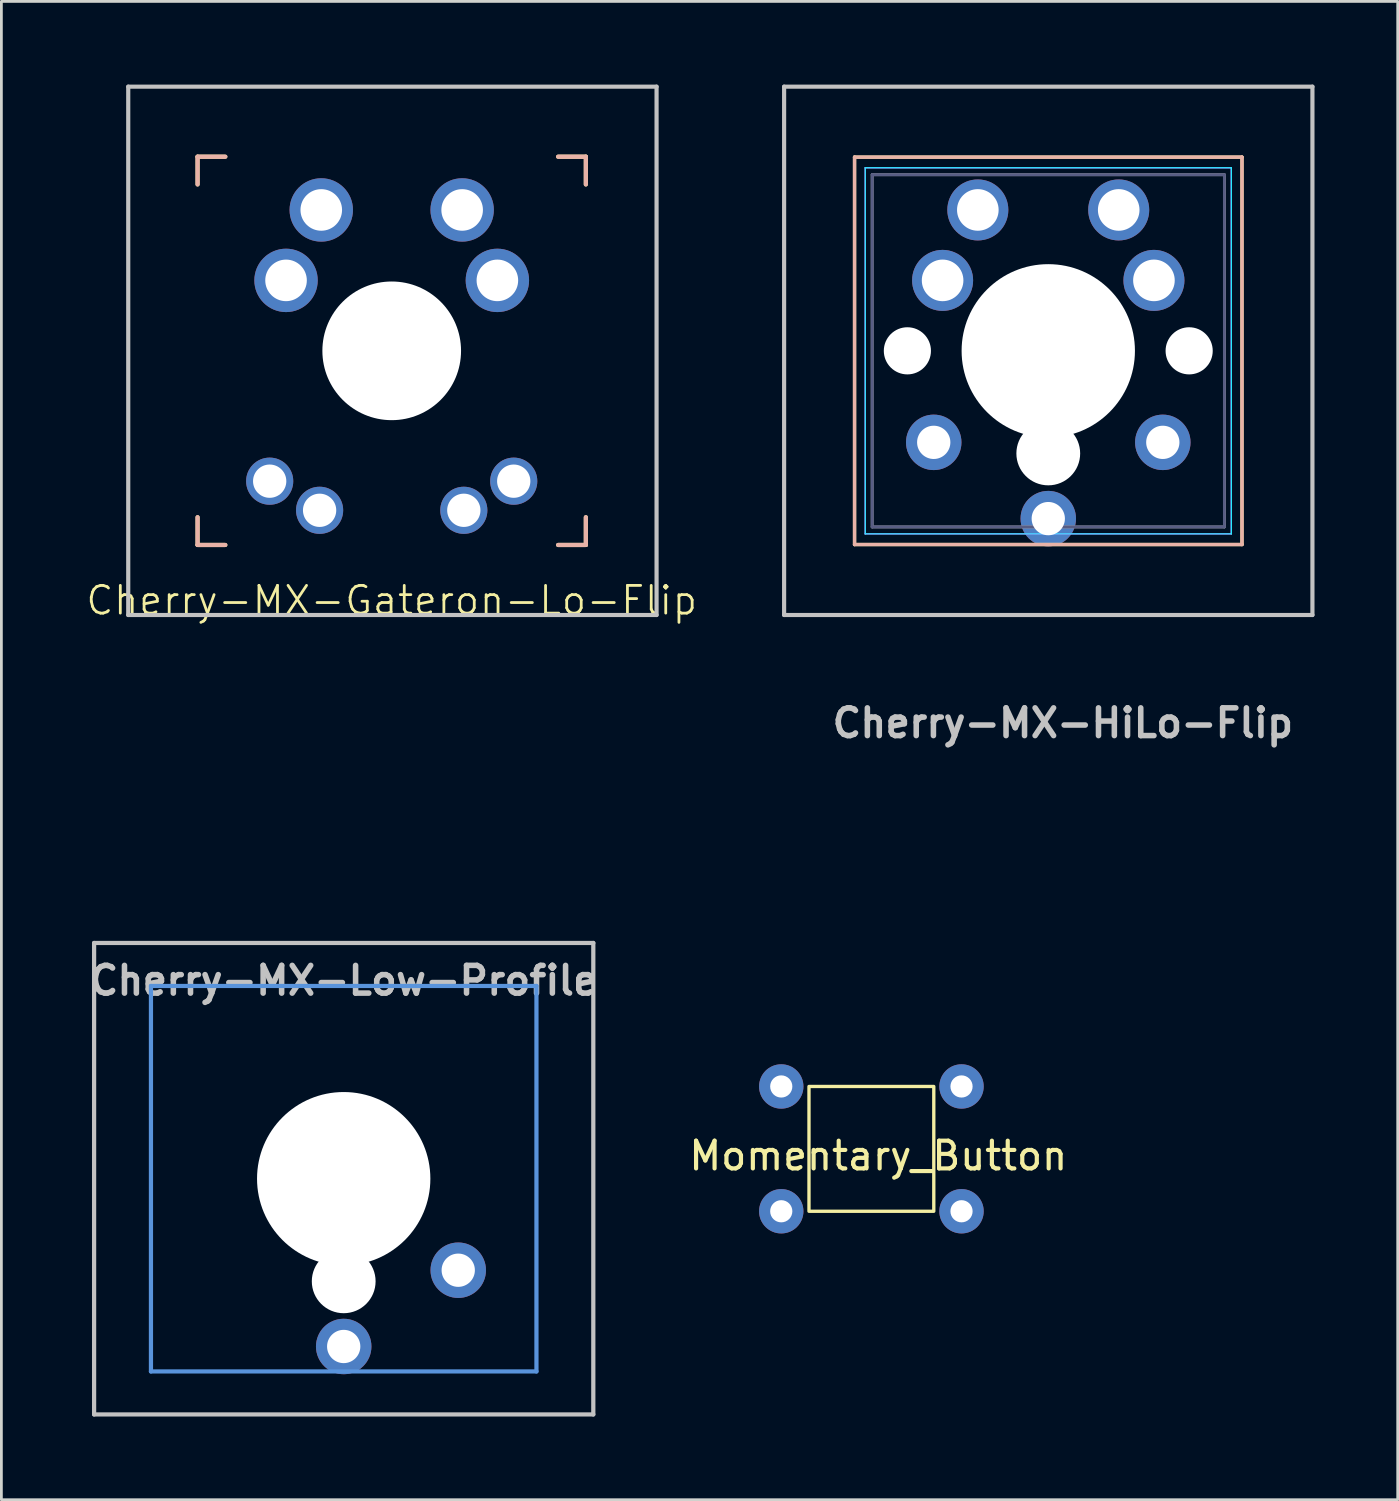
<source format=kicad_pcb>
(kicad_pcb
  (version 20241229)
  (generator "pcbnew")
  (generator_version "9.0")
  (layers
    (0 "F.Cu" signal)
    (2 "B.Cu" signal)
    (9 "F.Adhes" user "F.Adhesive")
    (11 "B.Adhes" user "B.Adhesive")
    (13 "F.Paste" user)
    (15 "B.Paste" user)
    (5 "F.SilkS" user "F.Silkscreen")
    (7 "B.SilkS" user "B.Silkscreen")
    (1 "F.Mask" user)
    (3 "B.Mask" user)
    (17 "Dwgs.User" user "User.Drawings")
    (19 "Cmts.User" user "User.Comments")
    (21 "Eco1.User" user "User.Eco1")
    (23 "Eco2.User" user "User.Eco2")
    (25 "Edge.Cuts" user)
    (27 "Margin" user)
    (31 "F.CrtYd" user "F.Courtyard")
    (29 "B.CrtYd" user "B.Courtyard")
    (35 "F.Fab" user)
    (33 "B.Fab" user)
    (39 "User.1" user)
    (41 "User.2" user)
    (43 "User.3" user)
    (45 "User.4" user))
  (footprint "Cherry-MX-Gateron-Lo-Flip"
    (layer "F.Cu")
    (at 11.074 9.6)
    (property "Reference" "Cherry-MX-Gateron-Lo-Flip" (at 0 9 0) (unlocked yes) (layer "F.SilkS") (effects (font (size 1 1) (thickness 0.1))))
    (attr through_hole)
    (fp_line (start -7 -7) (end -6 -7) (stroke (width 0.15) (type solid)) (layer "F.SilkS"))
    (fp_line (start -7 -6) (end -7 -7) (stroke (width 0.15) (type solid)) (layer "F.SilkS"))
    (fp_line (start -7 7) (end -7 6) (stroke (width 0.15) (type solid)) (layer "F.SilkS"))
    (fp_line (start -6 7) (end -7 7) (stroke (width 0.15) (type solid)) (layer "F.SilkS"))
    (fp_line (start 6 -7) (end 7 -7) (stroke (width 0.15) (type solid)) (layer "F.SilkS"))
    (fp_line (start 7 -7) (end 7 -6) (stroke (width 0.15) (type solid)) (layer "F.SilkS"))
    (fp_line (start 7 6) (end 7 7) (stroke (width 0.15) (type solid)) (layer "F.SilkS"))
    (fp_line (start 7 7) (end 6 7) (stroke (width 0.15) (type solid)) (layer "F.SilkS"))
    (fp_line (start -7 -7) (end -6 -7) (stroke (width 0.15) (type solid)) (layer "B.SilkS"))
    (fp_line (start -7 -6) (end -7 -7) (stroke (width 0.15) (type solid)) (layer "B.SilkS"))
    (fp_line (start -7 7) (end -7 6) (stroke (width 0.15) (type solid)) (layer "B.SilkS"))
    (fp_line (start -6 7) (end -7 7) (stroke (width 0.15) (type solid)) (layer "B.SilkS"))
    (fp_line (start 6 -7) (end 7 -7) (stroke (width 0.15) (type solid)) (layer "B.SilkS"))
    (fp_line (start 7 -7) (end 7 -6) (stroke (width 0.15) (type solid)) (layer "B.SilkS"))
    (fp_line (start 7 6) (end 7 7) (stroke (width 0.15) (type solid)) (layer "B.SilkS"))
    (fp_line (start 7 7) (end 6 7) (stroke (width 0.15) (type solid)) (layer "B.SilkS"))
    (fp_line (start -9.5 -9.525) (end 9.55 -9.525) (stroke (width 0.15) (type solid)) (layer "Dwgs.User"))
    (fp_line (start -9.5 9.525) (end -9.5 -9.525) (stroke (width 0.15) (type solid)) (layer "Dwgs.User"))
    (fp_line (start 9.55 -9.525) (end 9.55 9.525) (stroke (width 0.15) (type solid)) (layer "Dwgs.User"))
    (fp_line (start 9.55 9.525) (end -9.5 9.525) (stroke (width 0.15) (type solid)) (layer "Dwgs.User"))
    (fp_line (start -6.9 6.9) (end -6.9 -6.9) (stroke (width 0.15) (type solid)) (layer "Eco2.User"))
    (fp_line (start -6.9 6.9) (end 6.9 6.9) (stroke (width 0.15) (type solid)) (layer "Eco2.User"))
    (fp_line (start 6.9 -6.9) (end -6.9 -6.9) (stroke (width 0.15) (type solid)) (layer "Eco2.User"))
    (fp_line (start 6.9 -6.9) (end 6.9 6.9) (stroke (width 0.15) (type solid)) (layer "Eco2.User"))
    (pad "" np_thru_hole circle (at 0 0) (size 5 5) (drill 5) (layers "*.Cu" "*.Mask"))
    (pad "1" thru_hole circle (at -2.6 5.75) (size 1.7 1.7) (drill 1.2) (layers "*.Cu" "*.Mask"))
    (pad "1" thru_hole circle (at -2.54 -5.08) (size 2.286 2.286) (drill 1.499) (layers "*.Cu" "*.Mask"))
    (pad "1" thru_hole circle (at 2.54 -5.08) (size 2.286 2.286) (drill 1.499) (layers "*.Cu" "*.Mask"))
    (pad "1" thru_hole circle (at 2.6 5.75) (size 1.7 1.7) (drill 1.2) (layers "*.Cu" "*.Mask"))
    (pad "2" thru_hole circle (at -4.4 4.7 90) (size 1.7 1.7) (drill 1.2) (layers "*.Cu" "*.Mask"))
    (pad "2" thru_hole circle (at -3.81 -2.54) (size 2.286 2.286) (drill 1.499) (layers "*.Cu" "*.Mask"))
    (pad "2" thru_hole circle (at 3.81 -2.54) (size 2.286 2.286) (drill 1.499) (layers "*.Cu" "*.Mask"))
    (pad "2" thru_hole circle (at 4.4 4.7 90) (size 1.7 1.7) (drill 1.2) (layers "*.Cu" "*.Mask")))
  (footprint "Momentary_Button"
    (layer "F.Cu")
    (at 30.37 31.125)
    (property "Reference" "Momentary_Button" (at -1.75 7.5 0) (unlocked yes) (layer "F.SilkS") (effects (font (size 1 1) (thickness 0.15))))
    (attr through_hole)
    (fp_rect (start -4.25 9.5) (end 0.25 5) (stroke (width 0.12) (type solid)) (fill no) (layer "F.SilkS"))
    (pad "1" thru_hole oval (at -5.25 5 90) (size 1.6 1.6) (drill 0.8) (layers "*.Cu" "*.Mask"))
    (pad "1" thru_hole oval (at 1.25 5 90) (size 1.6 1.6) (drill 0.8) (layers "*.Cu" "*.Mask"))
    (pad "2" thru_hole oval (at -5.25 9.5 90) (size 1.6 1.6) (drill 0.8) (layers "*.Cu" "*.Mask"))
    (pad "2" thru_hole oval (at 1.25 9.5 90) (size 1.6 1.6) (drill 0.8) (layers "*.Cu" "*.Mask")))
  (footprint "Cherry-MX-HiLo-Flip"
    (layer "F.Cu")
    (at 35.273 27.625)
    (property "Reference" "Cherry-MX-HiLo-Flip" (at 0 -4.604 180) (layer "Dwgs.User") (effects (font (size 1 1) (thickness 0.2))))
    (attr through_hole)
    (fp_line (start -7.51 -25.01) (end 6.46 -25.01) (stroke (width 0.12) (type solid)) (layer "F.SilkS"))
    (fp_line (start -7.51 -11.04) (end -7.51 -25.01) (stroke (width 0.12) (type solid)) (layer "F.SilkS"))
    (fp_line (start 6.46 -25.01) (end 6.46 -11.04) (stroke (width 0.12) (type solid)) (layer "F.SilkS"))
    (fp_line (start 6.46 -11.04) (end -7.51 -11.04) (stroke (width 0.12) (type solid)) (layer "F.SilkS"))
    (fp_line (start -7.51 -25.01) (end -7.51 -11.04) (stroke (width 0.12) (type solid)) (layer "B.SilkS"))
    (fp_line (start -7.51 -11.04) (end 6.46 -11.04) (stroke (width 0.12) (type solid)) (layer "B.SilkS"))
    (fp_line (start 6.46 -25.01) (end -7.51 -25.01) (stroke (width 0.12) (type solid)) (layer "B.SilkS"))
    (fp_line (start 6.46 -11.04) (end 6.46 -25.01) (stroke (width 0.12) (type solid)) (layer "B.SilkS"))
    (fp_line (start -10.05 -27.55) (end 9 -27.55) (stroke (width 0.15) (type solid)) (layer "Dwgs.User"))
    (fp_line (start -10.05 -8.5) (end -10.05 -27.55) (stroke (width 0.15) (type solid)) (layer "Dwgs.User"))
    (fp_line (start 9 -27.55) (end 9 -8.5) (stroke (width 0.15) (type solid)) (layer "Dwgs.User"))
    (fp_line (start 9 -8.5) (end -10.05 -8.5) (stroke (width 0.15) (type solid)) (layer "Dwgs.User"))
    (fp_line (start -7.125 -24.625) (end -7.125 -11.425) (stroke (width 0.05) (type solid)) (layer "B.CrtYd"))
    (fp_line (start -7.125 -11.425) (end 6.075 -11.425) (stroke (width 0.05) (type solid)) (layer "B.CrtYd"))
    (fp_line (start 6.075 -24.625) (end -7.125 -24.625) (stroke (width 0.05) (type solid)) (layer "B.CrtYd"))
    (fp_line (start 6.075 -11.425) (end 6.075 -24.625) (stroke (width 0.05) (type solid)) (layer "B.CrtYd"))
    (fp_line (start -7.125 -24.625) (end 6.075 -24.625) (stroke (width 0.05) (type solid)) (layer "F.CrtYd"))
    (fp_line (start -7.125 -11.425) (end -7.125 -24.625) (stroke (width 0.05) (type solid)) (layer "F.CrtYd"))
    (fp_line (start 6.075 -24.625) (end 6.075 -11.425) (stroke (width 0.05) (type solid)) (layer "F.CrtYd"))
    (fp_line (start 6.075 -11.425) (end -7.125 -11.425) (stroke (width 0.05) (type solid)) (layer "F.CrtYd"))
    (fp_line (start -6.875 -24.375) (end -6.875 -11.675) (stroke (width 0.1) (type solid)) (layer "B.Fab"))
    (fp_line (start -6.875 -11.675) (end 5.825 -11.675) (stroke (width 0.1) (type solid)) (layer "B.Fab"))
    (fp_line (start 5.825 -24.375) (end -6.875 -24.375) (stroke (width 0.1) (type solid)) (layer "B.Fab"))
    (fp_line (start 5.825 -11.675) (end 5.825 -24.375) (stroke (width 0.1) (type solid)) (layer "B.Fab"))
    (fp_line (start -6.875 -24.375) (end 5.825 -24.375) (stroke (width 0.1) (type solid)) (layer "F.Fab"))
    (fp_line (start -6.875 -11.675) (end -6.875 -24.375) (stroke (width 0.1) (type solid)) (layer "F.Fab"))
    (fp_line (start 5.825 -24.375) (end 5.825 -11.675) (stroke (width 0.1) (type solid)) (layer "F.Fab"))
    (fp_line (start 5.825 -11.675) (end -6.875 -11.675) (stroke (width 0.1) (type solid)) (layer "F.Fab"))
    (pad "" np_thru_hole circle (at -5.605 -18.025) (size 1.7 1.7) (drill 1.7) (layers "*.Cu" "*.Mask"))
    (pad "" np_thru_hole circle (at -0.525 -18.025 180) (size 6.25 6.25) (drill 6.25) (layers "*.Cu" "*.Mask"))
    (pad "" np_thru_hole circle (at -0.525 -14.325 180) (size 2.3 2.3) (drill 2.3) (layers "*.Cu" "*.Mask"))
    (pad "" np_thru_hole circle (at 4.555 -18.025) (size 1.7 1.7) (drill 1.7) (layers "*.Cu" "*.Mask"))
    (pad "1" thru_hole circle (at -3.065 -23.105) (size 2.2 2.2) (drill 1.5) (layers "*.Cu" "*.Mask"))
    (pad "1" thru_hole circle (at -0.525 -11.975 180) (size 2 2) (drill 1.2) (layers "*.Cu" "*.Mask"))
    (pad "1" thru_hole circle (at 2.015 -23.105) (size 2.2 2.2) (drill 1.5) (layers "*.Cu" "*.Mask"))
    (pad "2" thru_hole circle (at -4.655 -14.725 318.1) (size 2 2) (drill 1.2) (layers "*.Cu" "*.Mask"))
    (pad "2" thru_hole circle (at -4.335 -20.565) (size 2.2 2.2) (drill 1.5) (layers "*.Cu" "*.Mask"))
    (pad "2" thru_hole circle (at 3.285 -20.565) (size 2.2 2.2) (drill 1.5) (layers "*.Cu" "*.Mask"))
    (pad "2" thru_hole circle (at 3.605 -14.725 41.9) (size 2 2) (drill 1.2) (layers "*.Cu" "*.Mask")))
  (footprint "Cherry-MX-Low-Profile"
    (layer "F.Cu")
    (at 9.343 39.451)
    (property "Reference" "Cherry-MX-Low-Profile" (at 0 -7.144 180) (layer "Dwgs.User") (effects (font (size 1 1) (thickness 0.2))))
    (attr through_hole)
    (fp_line (start -9 -8.5) (end 9 -8.5) (stroke (width 0.152) (type solid)) (layer "Dwgs.User"))
    (fp_line (start -9 8.5) (end -9 -8.5) (stroke (width 0.152) (type solid)) (layer "Dwgs.User"))
    (fp_line (start 9 -8.5) (end 9 8.5) (stroke (width 0.152) (type solid)) (layer "Dwgs.User"))
    (fp_line (start 9 8.5) (end -9 8.5) (stroke (width 0.152) (type solid)) (layer "Dwgs.User"))
    (fp_line (start -6.95 -6.95) (end 6.95 -6.95) (stroke (width 0.152) (type solid)) (layer "Cmts.User"))
    (fp_line (start -6.95 6.95) (end -6.95 -6.95) (stroke (width 0.152) (type solid)) (layer "Cmts.User"))
    (fp_line (start 6.95 -6.95) (end 6.95 6.95) (stroke (width 0.152) (type solid)) (layer "Cmts.User"))
    (fp_line (start 6.95 6.95) (end -6.95 6.95) (stroke (width 0.152) (type solid)) (layer "Cmts.User"))
    (fp_line (start -7.5 -7.5) (end 7.5 -7.5) (stroke (width 0.152) (type solid)) (layer "Eco2.User"))
    (fp_line (start -7.5 7.5) (end -7.5 -7.5) (stroke (width 0.152) (type solid)) (layer "Eco2.User"))
    (fp_line (start 7.5 -7.5) (end 7.5 7.5) (stroke (width 0.152) (type solid)) (layer "Eco2.User"))
    (fp_line (start 7.5 7.5) (end -7.5 7.5) (stroke (width 0.152) (type solid)) (layer "Eco2.User"))
    (pad "" np_thru_hole circle (at 0 0 180) (size 6.25 6.25) (drill 6.25) (layers "*.Cu" "*.Mask"))
    (pad "" np_thru_hole circle (at 0 3.7 180) (size 2.3 2.3) (drill 2.3) (layers "*.Cu" "*.Mask"))
    (pad "1" thru_hole circle (at 0 6.05 180) (size 2 2) (drill 1.2) (layers "*.Cu" "*.Mask"))
    (pad "2" thru_hole circle (at 4.13 3.3 41.9) (size 2 2) (drill 1.2) (layers "*.Cu" "*.Mask")))
  (gr_rect
    (start -3 -3)
    (end 47.348 51.027)
    (stroke (width 0.1) (type default))
    (fill no)
    (layer "Edge.Cuts")))
</source>
